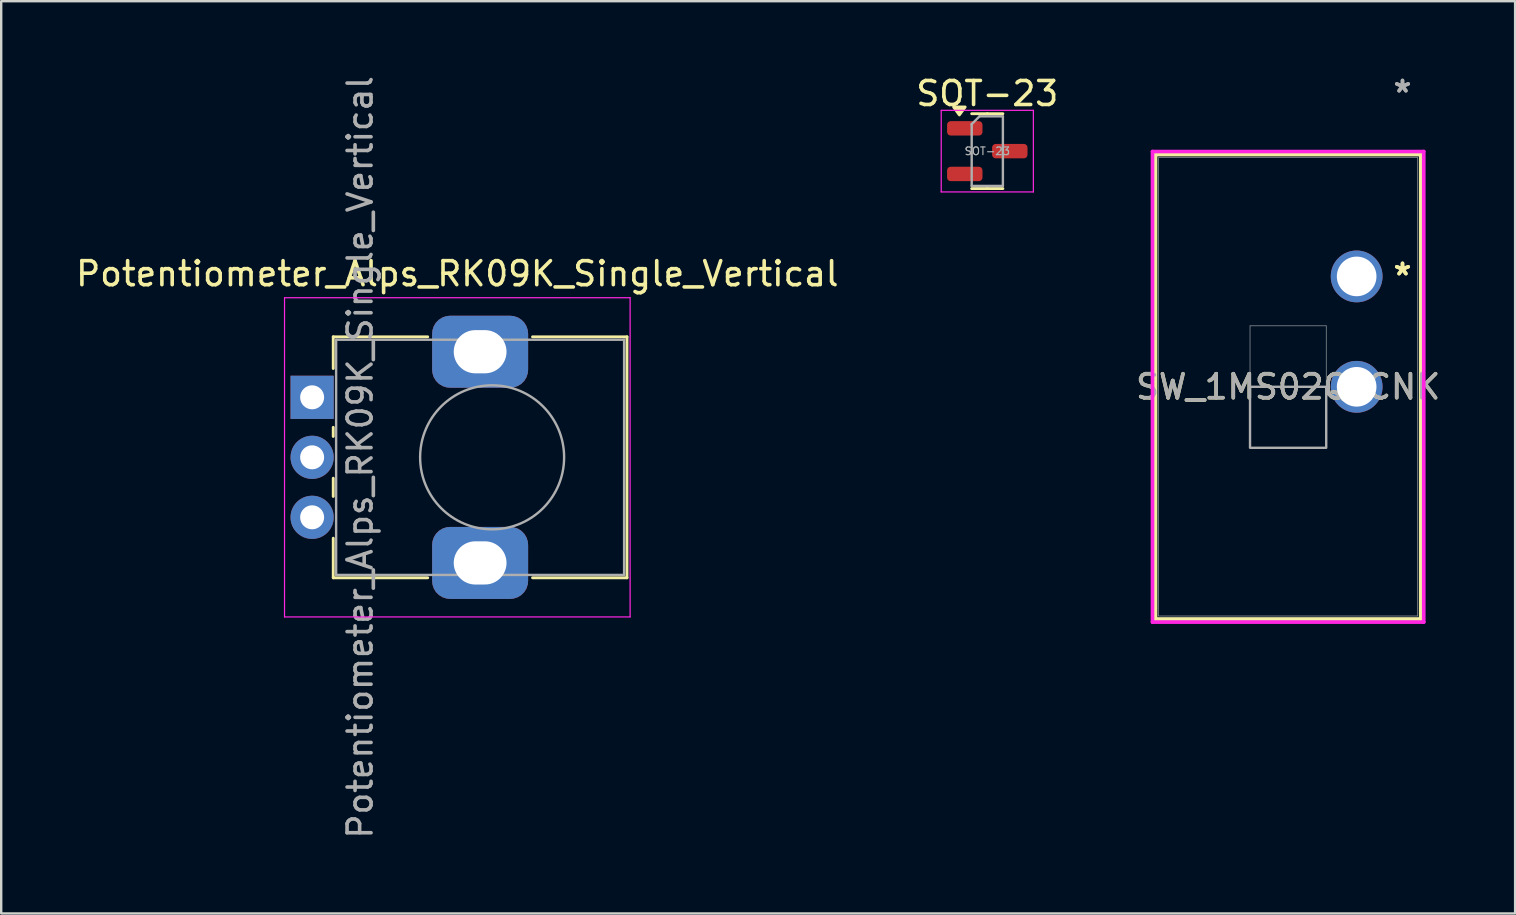
<source format=kicad_pcb>
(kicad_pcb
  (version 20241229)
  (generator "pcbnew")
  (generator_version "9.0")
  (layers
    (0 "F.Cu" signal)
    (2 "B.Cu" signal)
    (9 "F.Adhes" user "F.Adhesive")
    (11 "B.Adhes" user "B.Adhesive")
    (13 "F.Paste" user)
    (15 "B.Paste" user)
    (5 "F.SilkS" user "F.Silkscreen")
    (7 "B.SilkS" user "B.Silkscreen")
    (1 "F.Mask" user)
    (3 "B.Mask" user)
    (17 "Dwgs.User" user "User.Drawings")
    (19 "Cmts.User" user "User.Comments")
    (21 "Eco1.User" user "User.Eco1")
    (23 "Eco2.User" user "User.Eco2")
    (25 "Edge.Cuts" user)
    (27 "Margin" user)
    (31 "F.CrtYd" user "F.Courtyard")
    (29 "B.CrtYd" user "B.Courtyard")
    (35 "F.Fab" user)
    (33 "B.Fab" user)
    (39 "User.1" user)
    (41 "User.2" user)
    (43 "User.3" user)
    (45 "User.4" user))
  (footprint "Potentiometer_Alps_RK09K_Single_Vertical"
    (layer "F.Cu")
    (at 9.956 13.506)
    (property "Reference" "Potentiometer_Alps_RK09K_Single_Vertical" (at 6.05 -5.15 0) (layer "F.SilkS") (effects (font (size 1 1) (thickness 0.15))))
    (attr through_hole)
    (fp_line (start 0.88 -2.521) (end 0.88 -1.2) (stroke (width 0.12) (type solid)) (layer "F.SilkS"))
    (fp_line (start 0.88 -2.521) (end 4.817 -2.521) (stroke (width 0.12) (type solid)) (layer "F.SilkS"))
    (fp_line (start 0.88 1.25) (end 0.88 1.63) (stroke (width 0.12) (type solid)) (layer "F.SilkS"))
    (fp_line (start 0.88 3.371) (end 0.88 4.13) (stroke (width 0.12) (type solid)) (layer "F.SilkS"))
    (fp_line (start 0.88 5.87) (end 0.88 7.52) (stroke (width 0.12) (type solid)) (layer "F.SilkS"))
    (fp_line (start 0.88 7.52) (end 4.817 7.52) (stroke (width 0.12) (type solid)) (layer "F.SilkS"))
    (fp_line (start 9.184 -2.521) (end 13.12 -2.521) (stroke (width 0.12) (type solid)) (layer "F.SilkS"))
    (fp_line (start 9.184 7.52) (end 13.12 7.52) (stroke (width 0.12) (type solid)) (layer "F.SilkS"))
    (fp_line (start 13.12 -2.521) (end 13.12 7.52) (stroke (width 0.12) (type solid)) (layer "F.SilkS"))
    (fp_line (start -1.15 -4.15) (end -1.15 9.15) (stroke (width 0.05) (type solid)) (layer "F.CrtYd"))
    (fp_line (start -1.15 9.15) (end 13.25 9.15) (stroke (width 0.05) (type solid)) (layer "F.CrtYd"))
    (fp_line (start 13.25 -4.15) (end -1.15 -4.15) (stroke (width 0.05) (type solid)) (layer "F.CrtYd"))
    (fp_line (start 13.25 9.15) (end 13.25 -4.15) (stroke (width 0.05) (type solid)) (layer "F.CrtYd"))
    (fp_line (start 1 -2.4) (end 1 7.4) (stroke (width 0.1) (type solid)) (layer "F.Fab"))
    (fp_line (start 1 7.4) (end 13 7.4) (stroke (width 0.1) (type solid)) (layer "F.Fab"))
    (fp_line (start 13 -2.4) (end 1 -2.4) (stroke (width 0.1) (type solid)) (layer "F.Fab"))
    (fp_line (start 13 7.4) (end 13 -2.4) (stroke (width 0.1) (type solid)) (layer "F.Fab"))
    (fp_circle (center 7.5 2.5) (end 10.5 2.5) (stroke (width 0.1) (type solid)) (fill no) (layer "F.Fab"))
    (fp_text user "${REFERENCE}" (at 2 2.5 90) (layer "F.Fab") (effects (font (size 1 1) (thickness 0.15))))
    (pad "1" thru_hole rect (at 0 0) (size 1.8 1.8) (drill 1) (layers "*.Cu" "*.Mask"))
    (pad "2" thru_hole circle (at 0 2.5) (size 1.8 1.8) (drill 1) (layers "*.Cu" "*.Mask"))
    (pad "3" thru_hole circle (at 0 5) (size 1.8 1.8) (drill 1) (layers "*.Cu" "*.Mask"))
    (pad "MP" thru_hole roundrect (at 7 -1.9) (size 4 3) (drill oval 2.2 1.8) (layers "*.Cu" "*.Mask") (roundrect_rratio 0.25))
    (pad "MP" thru_hole roundrect (at 7 6.9) (size 4 3) (drill oval 2.2 1.8) (layers "*.Cu" "*.Mask") (roundrect_rratio 0.25)))
  (footprint "SW_1MS02Q_CNK"
    (layer "F.Cu")
    (at 53.48 8.468)
    (property "Reference" "SW_1MS02Q_CNK" (at -2.855 4.6 0) (unlocked yes) (layer "F.SilkS") (effects (font (size 1 1) (thickness 0.15))))
    (attr through_hole)
    (fp_line (start -8.38 -5.077) (end -8.38 14.277) (stroke (width 0.152) (type solid)) (layer "F.SilkS"))
    (fp_line (start -8.38 14.277) (end 2.669 14.277) (stroke (width 0.152) (type solid)) (layer "F.SilkS"))
    (fp_line (start 2.669 -5.077) (end -8.38 -5.077) (stroke (width 0.152) (type solid)) (layer "F.SilkS"))
    (fp_line (start 2.669 14.277) (end 2.669 -5.077) (stroke (width 0.152) (type solid)) (layer "F.SilkS"))
    (fp_line (start -8.507 -5.204) (end -8.507 14.404) (stroke (width 0.152) (type solid)) (layer "F.CrtYd"))
    (fp_line (start -8.507 14.404) (end 2.796 14.404) (stroke (width 0.152) (type solid)) (layer "F.CrtYd"))
    (fp_line (start 2.796 -5.204) (end -8.507 -5.204) (stroke (width 0.152) (type solid)) (layer "F.CrtYd"))
    (fp_line (start 2.796 14.404) (end 2.796 -5.204) (stroke (width 0.152) (type solid)) (layer "F.CrtYd"))
    (fp_line (start -8.253 -4.95) (end -8.253 14.15) (stroke (width 0.025) (type solid)) (layer "F.Fab"))
    (fp_line (start -8.253 14.15) (end 2.542 14.15) (stroke (width 0.025) (type solid)) (layer "F.Fab"))
    (fp_line (start -4.443 2.06) (end -1.268 2.06) (stroke (width 0.025) (type solid)) (layer "F.Fab"))
    (fp_line (start -4.443 7.14) (end -4.443 2.06) (stroke (width 0.025) (type solid)) (layer "F.Fab"))
    (fp_line (start -1.268 2.06) (end -1.268 7.14) (stroke (width 0.025) (type solid)) (layer "F.Fab"))
    (fp_line (start -1.268 7.14) (end -4.443 7.14) (stroke (width 0.025) (type solid)) (layer "F.Fab"))
    (fp_line (start 2.542 -4.95) (end -8.253 -4.95) (stroke (width 0.025) (type solid)) (layer "F.Fab"))
    (fp_line (start 2.542 14.15) (end 2.542 -4.95) (stroke (width 0.025) (type solid)) (layer "F.Fab"))
    (fp_poly (pts (xy -4.443 7.14) (xy -4.443 4.6) (xy -1.268 4.6) (xy -1.268 7.14)) (stroke (width 0.1) (type solid)) (fill no) (layer "F.Fab"))
    (fp_text user "*" (at 1.91 0 0) (layer "F.SilkS") (effects (font (size 1 1) (thickness 0.15))))
    (fp_text user "*" (at 1.91 0 0) (unlocked yes) (layer "F.SilkS") (effects (font (size 1 1) (thickness 0.15))))
    (fp_text user "${REFERENCE}" (at -2.855 4.6 0) (unlocked yes) (layer "F.Fab") (effects (font (size 1 1) (thickness 0.15))))
    (fp_text user "*" (at 1.91 -7.62 0) (layer "F.Fab") (effects (font (size 1 1) (thickness 0.15))))
    (fp_text user "*" (at 1.91 -7.62 0) (unlocked yes) (layer "F.Fab") (effects (font (size 1 1) (thickness 0.15))))
    (pad "1" thru_hole circle (at 0 0) (size 2.159 2.159) (drill 1.651) (layers "*.Cu" "*.Mask"))
    (pad "2" thru_hole circle (at 0 4.6) (size 2.159 2.159) (drill 1.651) (layers "*.Cu" "*.Mask")))
  (footprint "SOT-23"
    (layer "F.Cu")
    (at 38.089 3.248)
    (property "Reference" "SOT-23" (at 0 -2.4 0) (layer "F.SilkS") (effects (font (size 1 1) (thickness 0.15))))
    (attr smd)
    (fp_line (start 0 -1.56) (end -0.65 -1.56) (stroke (width 0.12) (type solid)) (layer "F.SilkS"))
    (fp_line (start 0 -1.56) (end 0.65 -1.56) (stroke (width 0.12) (type solid)) (layer "F.SilkS"))
    (fp_line (start 0 1.56) (end -0.65 1.56) (stroke (width 0.12) (type solid)) (layer "F.SilkS"))
    (fp_line (start 0 1.56) (end 0.65 1.56) (stroke (width 0.12) (type solid)) (layer "F.SilkS"))
    (fp_poly (pts (xy -1.163 -1.51) (xy -1.403 -1.84) (xy -0.922 -1.84) (xy -1.163 -1.51)) (stroke (width 0.12) (type solid)) (fill yes) (layer "F.SilkS"))
    (fp_line (start -1.92 -1.7) (end -1.92 1.7) (stroke (width 0.05) (type solid)) (layer "F.CrtYd"))
    (fp_line (start -1.92 1.7) (end 1.92 1.7) (stroke (width 0.05) (type solid)) (layer "F.CrtYd"))
    (fp_line (start 1.92 -1.7) (end -1.92 -1.7) (stroke (width 0.05) (type solid)) (layer "F.CrtYd"))
    (fp_line (start 1.92 1.7) (end 1.92 -1.7) (stroke (width 0.05) (type solid)) (layer "F.CrtYd"))
    (fp_line (start -0.65 -1.125) (end -0.325 -1.45) (stroke (width 0.1) (type solid)) (layer "F.Fab"))
    (fp_line (start -0.65 1.45) (end -0.65 -1.125) (stroke (width 0.1) (type solid)) (layer "F.Fab"))
    (fp_line (start -0.325 -1.45) (end 0.65 -1.45) (stroke (width 0.1) (type solid)) (layer "F.Fab"))
    (fp_line (start 0.65 -1.45) (end 0.65 1.45) (stroke (width 0.1) (type solid)) (layer "F.Fab"))
    (fp_line (start 0.65 1.45) (end -0.65 1.45) (stroke (width 0.1) (type solid)) (layer "F.Fab"))
    (fp_text user "${REFERENCE}" (at 0 0 0) (layer "F.Fab") (effects (font (size 0.32 0.32) (thickness 0.05))))
    (pad "1" smd roundrect (at 0.938 0) (size 1.475 0.6) (layers "F.Cu" "F.Mask" "F.Paste") (roundrect_rratio 0.25))
    (pad "2" smd roundrect (at -0.938 -0.95) (size 1.475 0.6) (layers "F.Cu" "F.Mask" "F.Paste") (roundrect_rratio 0.25))
    (pad "3" smd roundrect (at -0.938 0.95) (size 1.475 0.6) (layers "F.Cu" "F.Mask" "F.Paste") (roundrect_rratio 0.25)))
  (gr_rect
    (start -3 -3)
    (end 60.083 35.012)
    (stroke (width 0.1) (type default))
    (fill no)
    (layer "Edge.Cuts")))
</source>
